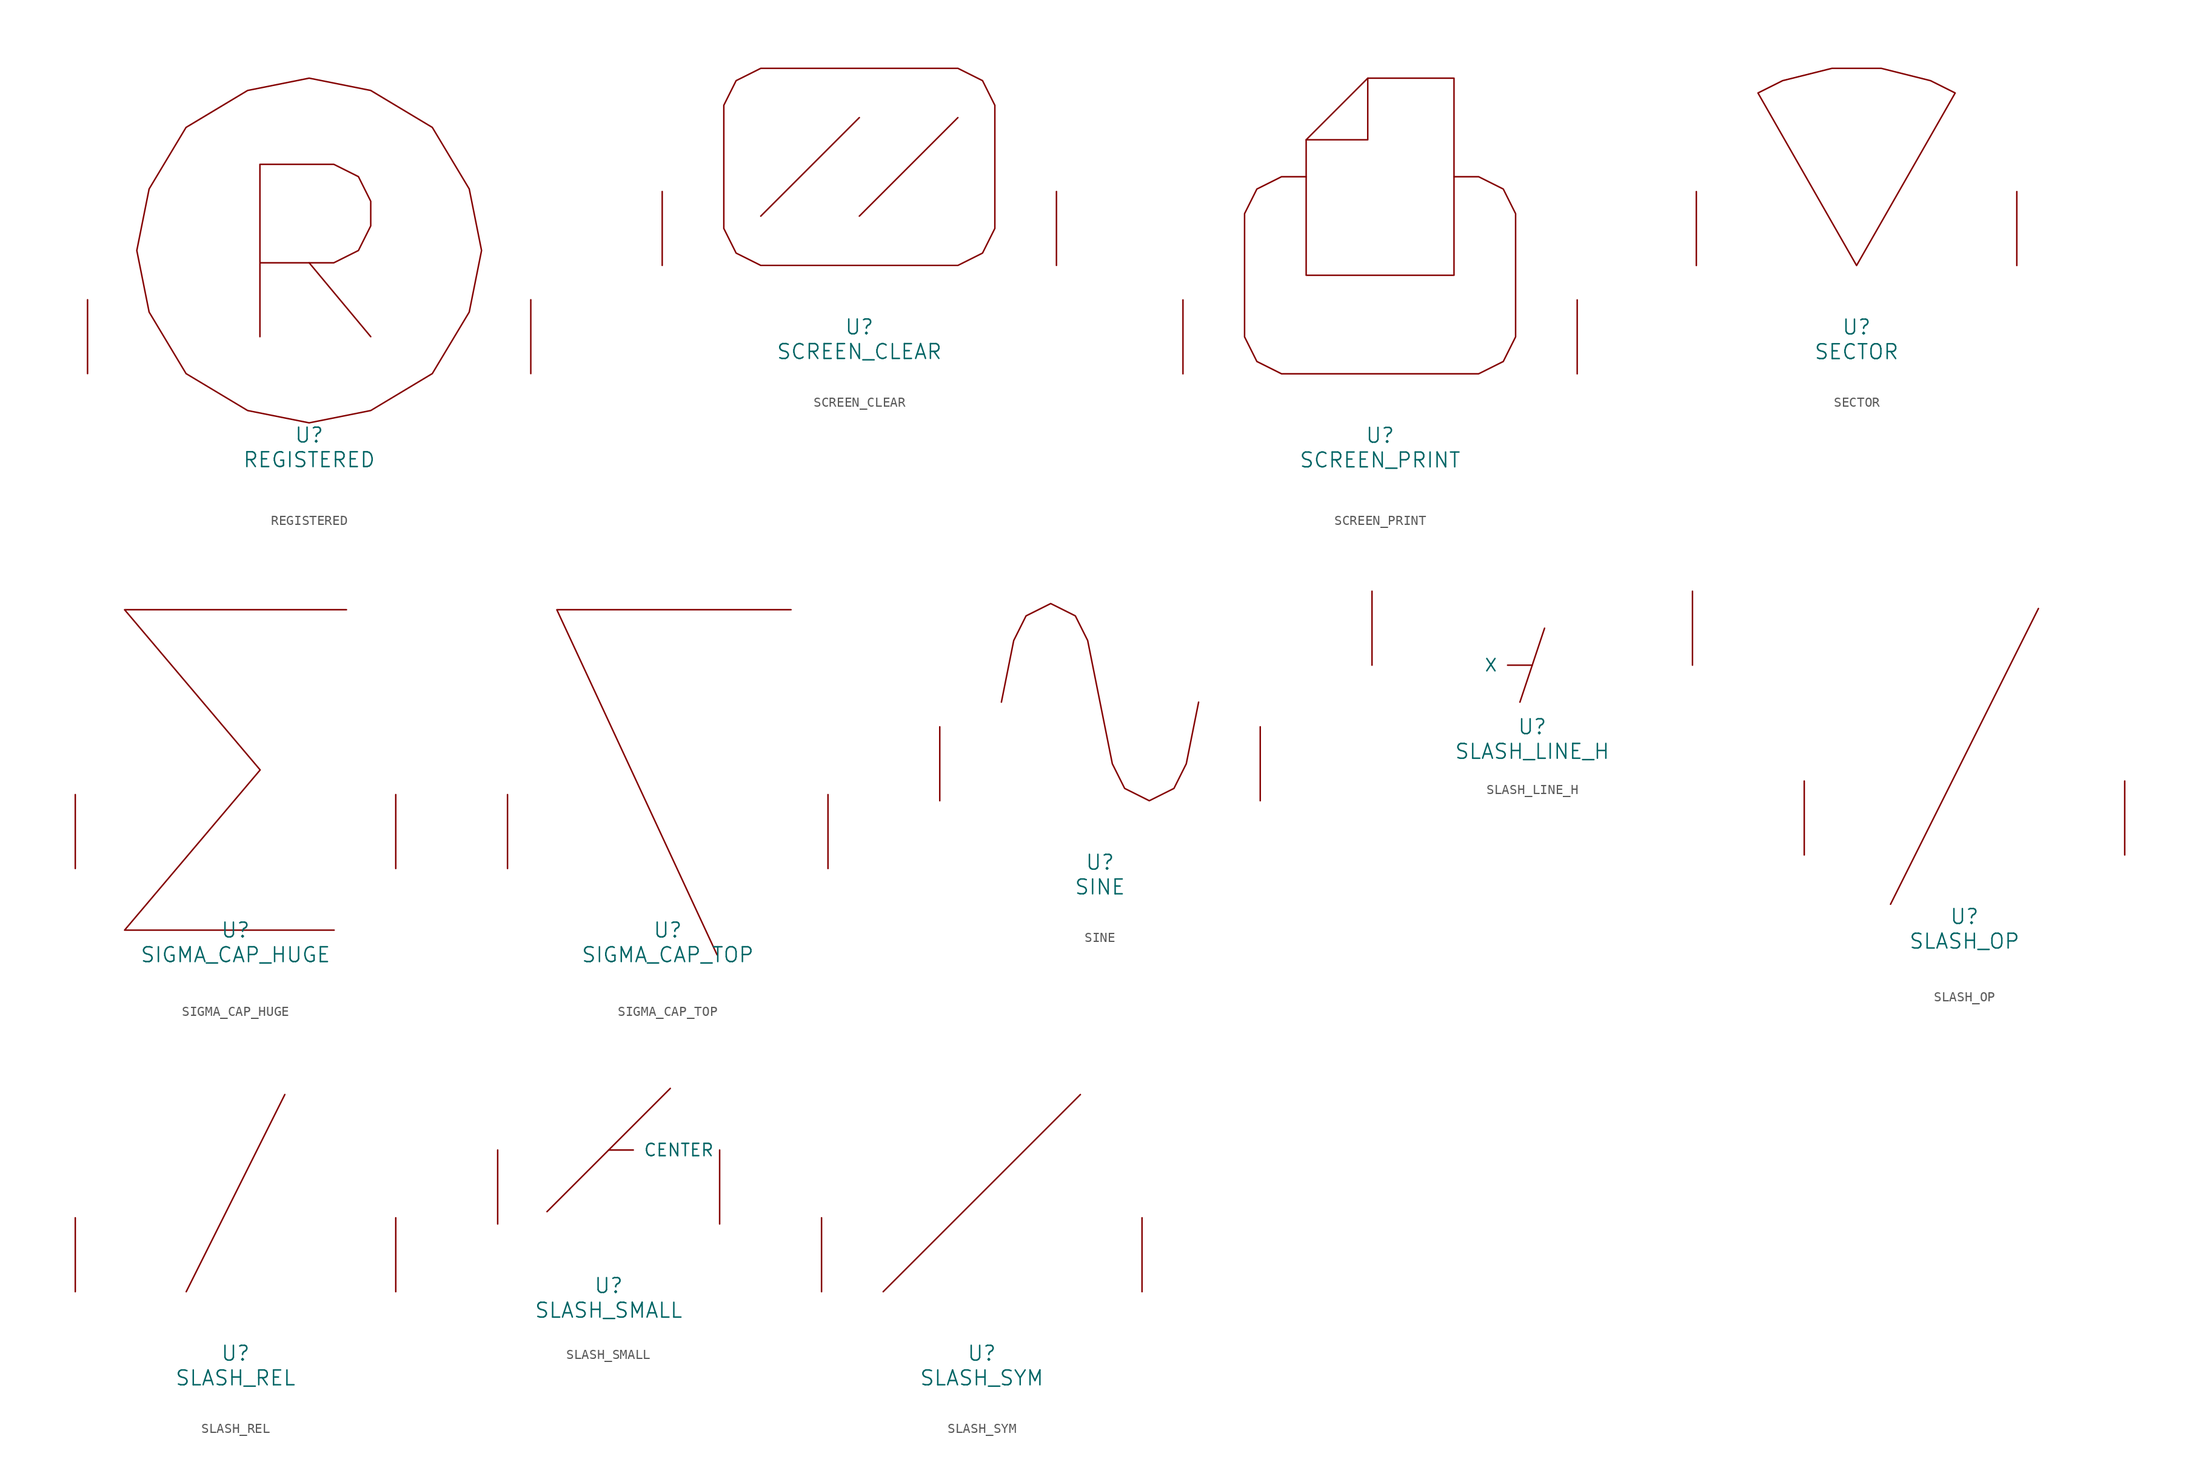
<source format=kicad_sym>
(kicad_symbol_lib
  (version 20220914)
  (generator font_lib2sym)
  (symbol "REGISTERED"
    (pin_names
      (offset 1.016))
    (property "Reference" "U"
      (at 0 -6.35 0)
      (effects (font (size 1.524 1.524))))
    (property "Value" "REGISTERED"
      (at 0 -8.89 0)
      (effects (font (size 1.524 1.524))))
    (symbol "REGISTERED_0_1"
      (polyline (pts (xy 6.35 3.81) (xy 0 11.43)) (stroke (width 0) (type solid)) (fill (type none)))
      (polyline (pts (xy -5.08 3.81) (xy -5.08 21.59) (xy 2.54 21.59) (xy 5.08 20.32) (xy 6.35 17.78) (xy 6.35 15.24) (xy 5.08 12.7) (xy 2.54 11.43) (xy -5.08 11.43)) (stroke (width 0) (type solid)) (fill (type none)))
      (polyline (pts (xy 0 30.48) (xy -6.35 29.21) (xy -12.7 25.4) (xy -16.51 19.05) (xy -17.78 12.7) (xy -16.51 6.35) (xy -12.7 0) (xy -6.35 -3.81) (xy 0 -5.08) (xy 6.35 -3.81) (xy 12.7 0) (xy 16.51 6.35) (xy 17.78 12.7) (xy 16.51 19.05) (xy 12.7 25.4) (xy 6.35 29.21) (xy 0 30.48)) (stroke (width 0) (type solid)) (fill (type none)))
      (pin input line (at -22.86 0 90) (length 7.62) (name "~" (effects (font (size 1.27 1.27)))) (number "~" (effects (font (size 1.27 1.27)))))
      (pin input line (at 22.86 0 90) (length 7.62) (name "~" (effects (font (size 1.27 1.27)))) (number "~" (effects (font (size 1.27 1.27)))))))
  (symbol "SCREEN_CLEAR"
    (pin_names
      (offset 1.016))
    (property "Reference" "U"
      (at 0 -6.35 0)
      (effects (font (size 1.524 1.524))))
    (property "Value" "SCREEN_CLEAR"
      (at 0 -8.89 0)
      (effects (font (size 1.524 1.524))))
    (symbol "SCREEN_CLEAR_0_1"
      (polyline (pts (xy 0 15.24) (xy -10.16 5.08)) (stroke (width 0) (type solid)) (fill (type none)))
      (polyline (pts (xy 10.16 15.24) (xy 0 5.08)) (stroke (width 0) (type solid)) (fill (type none)))
      (polyline (pts (xy -13.97 3.81) (xy -13.97 16.51) (xy -12.7 19.05) (xy -10.16 20.32) (xy 10.16 20.32) (xy 12.7 19.05) (xy 13.97 16.51) (xy 13.97 3.81) (xy 12.7 1.27) (xy 10.16 0) (xy -10.16 0) (xy -12.7 1.27) (xy -13.97 3.81)) (stroke (width 0) (type solid)) (fill (type none)))
      (pin input line (at -20.32 0 90) (length 7.62) (name "~" (effects (font (size 1.27 1.27)))) (number "~" (effects (font (size 1.27 1.27)))))
      (pin input line (at 20.32 0 90) (length 7.62) (name "~" (effects (font (size 1.27 1.27)))) (number "~" (effects (font (size 1.27 1.27)))))))
  (symbol "SCREEN_PRINT"
    (pin_names
      (offset 1.016))
    (property "Reference" "U"
      (at 0 -6.35 0)
      (effects (font (size 1.524 1.524))))
    (property "Value" "SCREEN_PRINT"
      (at 0 -8.89 0)
      (effects (font (size 1.524 1.524))))
    (symbol "SCREEN_PRINT_0_1"
      (polyline (pts (xy -7.62 24.13) (xy -1.27 24.13) (xy -1.27 30.48)) (stroke (width 0) (type solid)) (fill (type none)))
      (polyline (pts (xy -7.62 10.16) (xy -7.62 24.13) (xy -1.27 30.48) (xy 7.62 30.48) (xy 7.62 10.16) (xy -7.62 10.16)) (stroke (width 0) (type solid)) (fill (type none)))
      (polyline (pts (xy -7.62 20.32) (xy -10.16 20.32) (xy -12.7 19.05) (xy -13.97 16.51) (xy -13.97 3.81) (xy -12.7 1.27) (xy -10.16 0) (xy 10.16 0) (xy 12.7 1.27) (xy 13.97 3.81) (xy 13.97 16.51) (xy 12.7 19.05) (xy 10.16 20.32) (xy 7.62 20.32)) (stroke (width 0) (type solid)) (fill (type none)))
      (pin input line (at -20.32 0 90) (length 7.62) (name "~" (effects (font (size 1.27 1.27)))) (number "~" (effects (font (size 1.27 1.27)))))
      (pin input line (at 20.32 0 90) (length 7.62) (name "~" (effects (font (size 1.27 1.27)))) (number "~" (effects (font (size 1.27 1.27)))))))
  (symbol "SECTOR"
    (pin_names
      (offset 1.016))
    (property "Reference" "U"
      (at 0 -6.35 0)
      (effects (font (size 1.524 1.524))))
    (property "Value" "SECTOR"
      (at 0 -8.89 0)
      (effects (font (size 1.524 1.524))))
    (symbol "SECTOR_0_1"
      (polyline (pts (xy -10.16 17.78) (xy -7.62 19.05) (xy -2.54 20.32) (xy 2.54 20.32) (xy 7.62 19.05) (xy 10.16 17.78) (xy 0 0) (xy -10.16 17.78)) (stroke (width 0) (type solid)) (fill (type none)))
      (pin input line (at -16.51 0 90) (length 7.62) (name "~" (effects (font (size 1.27 1.27)))) (number "~" (effects (font (size 1.27 1.27)))))
      (pin input line (at 16.51 0 90) (length 7.62) (name "~" (effects (font (size 1.27 1.27)))) (number "~" (effects (font (size 1.27 1.27)))))))
  (symbol "SIGMA_CAP_HUGE"
    (pin_names
      (offset 1.016))
    (property "Reference" "U"
      (at 0 -6.35 0)
      (effects (font (size 1.524 1.524))))
    (property "Value" "SIGMA_CAP_HUGE"
      (at 0 -8.89 0)
      (effects (font (size 1.524 1.524))))
    (symbol "SIGMA_CAP_HUGE_0_1"
      (polyline (pts (xy 10.16 -6.35) (xy -11.43 -6.35) (xy 2.54 10.16) (xy -11.43 26.67) (xy 11.43 26.67)) (stroke (width 0) (type solid)) (fill (type none)))
      (pin input line (at -16.51 0 90) (length 7.62) (name "~" (effects (font (size 1.27 1.27)))) (number "~" (effects (font (size 1.27 1.27)))))
      (pin input line (at 16.51 0 90) (length 7.62) (name "~" (effects (font (size 1.27 1.27)))) (number "~" (effects (font (size 1.27 1.27)))))))
  (symbol "SIGMA_CAP_TOP"
    (pin_names
      (offset 1.016))
    (property "Reference" "U"
      (at 0 -6.35 0)
      (effects (font (size 1.524 1.524))))
    (property "Value" "SIGMA_CAP_TOP"
      (at 0 -8.89 0)
      (effects (font (size 1.524 1.524))))
    (symbol "SIGMA_CAP_TOP_0_1"
      (polyline (pts (xy 5.08 -8.89) (xy -11.43 26.67) (xy 12.7 26.67)) (stroke (width 0) (type solid)) (fill (type none)))
      (pin input line (at -16.51 0 90) (length 7.62) (name "~" (effects (font (size 1.27 1.27)))) (number "~" (effects (font (size 1.27 1.27)))))
      (pin input line (at 16.51 0 90) (length 7.62) (name "~" (effects (font (size 1.27 1.27)))) (number "~" (effects (font (size 1.27 1.27)))))))
  (symbol "SINE"
    (pin_names
      (offset 1.016))
    (property "Reference" "U"
      (at 0 -6.35 0)
      (effects (font (size 1.524 1.524))))
    (property "Value" "SINE"
      (at 0 -8.89 0)
      (effects (font (size 1.524 1.524))))
    (symbol "SINE_0_1"
      (polyline (pts (xy -10.16 10.16) (xy -8.89 16.51) (xy -7.62 19.05) (xy -5.08 20.32) (xy -2.54 19.05) (xy -1.27 16.51) (xy 1.27 3.81) (xy 2.54 1.27) (xy 5.08 0) (xy 7.62 1.27) (xy 8.89 3.81) (xy 10.16 10.16)) (stroke (width 0) (type solid)) (fill (type none)))
      (pin input line (at -16.51 0 90) (length 7.62) (name "~" (effects (font (size 1.27 1.27)))) (number "~" (effects (font (size 1.27 1.27)))))
      (pin input line (at 16.51 0 90) (length 7.62) (name "~" (effects (font (size 1.27 1.27)))) (number "~" (effects (font (size 1.27 1.27)))))))
  (symbol "SLASH_LINE_H"
    (pin_names
      (offset 1.016))
    (property "Reference" "U"
      (at 0 -6.35 0)
      (effects (font (size 1.524 1.524))))
    (property "Value" "SLASH_LINE_H"
      (at 0 -8.89 0)
      (effects (font (size 1.524 1.524))))
    (symbol "SLASH_LINE_H_0_1"
      (polyline (pts (xy 1.27 3.81) (xy -1.27 -3.81)) (stroke (width 0) (type solid)) (fill (type none)))
      (pin input line (at 0 0 180) (length 2.54) (name "X" (effects (font (size 1.27 1.27)))) (number "~" (effects (font (size 1.27 1.27)))))
      (pin input line (at -16.51 0 90) (length 7.62) (name "~" (effects (font (size 1.27 1.27)))) (number "~" (effects (font (size 1.27 1.27)))))
      (pin input line (at 16.51 0 90) (length 7.62) (name "~" (effects (font (size 1.27 1.27)))) (number "~" (effects (font (size 1.27 1.27)))))))
  (symbol "SLASH_OP"
    (pin_names
      (offset 1.016))
    (property "Reference" "U"
      (at 0 -6.35 0)
      (effects (font (size 1.524 1.524))))
    (property "Value" "SLASH_OP"
      (at 0 -8.89 0)
      (effects (font (size 1.524 1.524))))
    (symbol "SLASH_OP_0_1"
      (polyline (pts (xy 7.62 25.4) (xy -7.62 -5.08)) (stroke (width 0) (type solid)) (fill (type none)))
      (pin input line (at -16.51 0 90) (length 7.62) (name "~" (effects (font (size 1.27 1.27)))) (number "~" (effects (font (size 1.27 1.27)))))
      (pin input line (at 16.51 0 90) (length 7.62) (name "~" (effects (font (size 1.27 1.27)))) (number "~" (effects (font (size 1.27 1.27)))))))
  (symbol "SLASH_REL"
    (pin_names
      (offset 1.016))
    (property "Reference" "U"
      (at 0 -6.35 0)
      (effects (font (size 1.524 1.524))))
    (property "Value" "SLASH_REL"
      (at 0 -8.89 0)
      (effects (font (size 1.524 1.524))))
    (symbol "SLASH_REL_0_1"
      (polyline (pts (xy 5.08 20.32) (xy -5.08 0)) (stroke (width 0) (type solid)) (fill (type none)))
      (pin input line (at -16.51 0 90) (length 7.62) (name "~" (effects (font (size 1.27 1.27)))) (number "~" (effects (font (size 1.27 1.27)))))
      (pin input line (at 16.51 0 90) (length 7.62) (name "~" (effects (font (size 1.27 1.27)))) (number "~" (effects (font (size 1.27 1.27)))))))
  (symbol "SLASH_SMALL"
    (pin_names
      (offset 1.016))
    (property "Reference" "U"
      (at 0 -6.35 0)
      (effects (font (size 1.524 1.524))))
    (property "Value" "SLASH_SMALL"
      (at 0 -8.89 0)
      (effects (font (size 1.524 1.524))))
    (symbol "SLASH_SMALL_0_1"
      (polyline (pts (xy 6.35 13.97) (xy -6.35 1.27)) (stroke (width 0) (type solid)) (fill (type none)))
      (pin input line (at 0 7.62 0) (length 2.54) (name "CENTER" (effects (font (size 1.27 1.27)))) (number "~" (effects (font (size 1.27 1.27)))))
      (pin input line (at -11.43 0 90) (length 7.62) (name "~" (effects (font (size 1.27 1.27)))) (number "~" (effects (font (size 1.27 1.27)))))
      (pin input line (at 11.43 0 90) (length 7.62) (name "~" (effects (font (size 1.27 1.27)))) (number "~" (effects (font (size 1.27 1.27)))))))
  (symbol "SLASH_SYM"
    (pin_names
      (offset 1.016))
    (property "Reference" "U"
      (at 0 -6.35 0)
      (effects (font (size 1.524 1.524))))
    (property "Value" "SLASH_SYM"
      (at 0 -8.89 0)
      (effects (font (size 1.524 1.524))))
    (symbol "SLASH_SYM_0_1"
      (polyline (pts (xy 10.16 20.32) (xy -10.16 0)) (stroke (width 0) (type solid)) (fill (type none)))
      (pin input line (at -16.51 0 90) (length 7.62) (name "~" (effects (font (size 1.27 1.27)))) (number "~" (effects (font (size 1.27 1.27)))))
      (pin input line (at 16.51 0 90) (length 7.62) (name "~" (effects (font (size 1.27 1.27)))) (number "~" (effects (font (size 1.27 1.27))))))))
</source>
